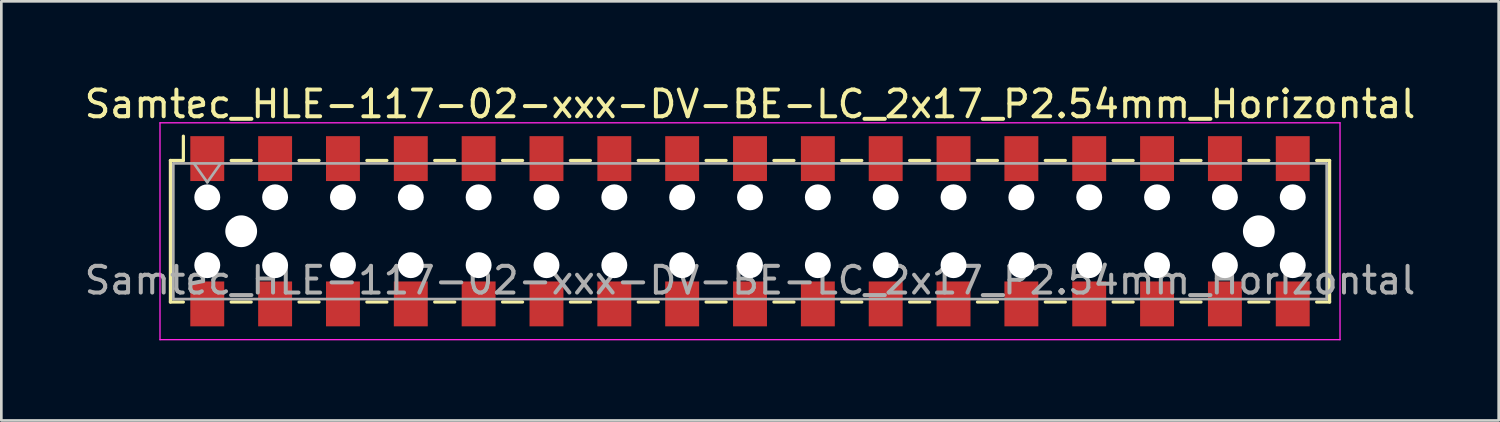
<source format=kicad_pcb>
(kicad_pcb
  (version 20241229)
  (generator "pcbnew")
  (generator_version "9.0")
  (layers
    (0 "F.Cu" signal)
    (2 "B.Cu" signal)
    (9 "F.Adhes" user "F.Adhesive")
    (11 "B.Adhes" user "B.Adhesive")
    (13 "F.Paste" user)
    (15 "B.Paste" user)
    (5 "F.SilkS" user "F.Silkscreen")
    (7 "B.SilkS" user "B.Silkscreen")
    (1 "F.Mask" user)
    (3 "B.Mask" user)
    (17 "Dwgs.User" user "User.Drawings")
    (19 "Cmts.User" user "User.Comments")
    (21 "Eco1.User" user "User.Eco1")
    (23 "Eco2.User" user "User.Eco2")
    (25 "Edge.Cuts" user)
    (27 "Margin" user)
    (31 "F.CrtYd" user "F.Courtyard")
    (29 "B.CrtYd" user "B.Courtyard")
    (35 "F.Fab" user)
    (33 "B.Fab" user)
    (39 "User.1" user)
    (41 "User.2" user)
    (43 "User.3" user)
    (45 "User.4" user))
  (footprint "Samtec_HLE-117-02-xxx-DV-BE-LC_2x17_P2.54mm_Horizontal"
    (layer "F.Cu")
    (at 25.03 5.608)
    (property "Reference" "Samtec_HLE-117-02-xxx-DV-BE-LC_2x17_P2.54mm_Horizontal" (at 0 -4.76 0) (layer "F.SilkS") (effects (font (size 1 1) (thickness 0.15))))
    (attr smd)
    (fp_line (start -21.7 -2.65) (end -21.7 2.65) (stroke (width 0.12) (type solid)) (layer "F.SilkS"))
    (fp_line (start -21.7 2.65) (end -21.215 2.65) (stroke (width 0.12) (type solid)) (layer "F.SilkS"))
    (fp_line (start -21.215 -3.56) (end -21.215 -2.65) (stroke (width 0.12) (type solid)) (layer "F.SilkS"))
    (fp_line (start -21.215 -2.65) (end -21.7 -2.65) (stroke (width 0.12) (type solid)) (layer "F.SilkS"))
    (fp_line (start -19.425 -2.65) (end -18.675 -2.65) (stroke (width 0.12) (type solid)) (layer "F.SilkS"))
    (fp_line (start -19.425 2.65) (end -18.675 2.65) (stroke (width 0.12) (type solid)) (layer "F.SilkS"))
    (fp_line (start -16.885 -2.65) (end -16.135 -2.65) (stroke (width 0.12) (type solid)) (layer "F.SilkS"))
    (fp_line (start -16.885 2.65) (end -16.135 2.65) (stroke (width 0.12) (type solid)) (layer "F.SilkS"))
    (fp_line (start -14.345 -2.65) (end -13.595 -2.65) (stroke (width 0.12) (type solid)) (layer "F.SilkS"))
    (fp_line (start -14.345 2.65) (end -13.595 2.65) (stroke (width 0.12) (type solid)) (layer "F.SilkS"))
    (fp_line (start -11.805 -2.65) (end -11.055 -2.65) (stroke (width 0.12) (type solid)) (layer "F.SilkS"))
    (fp_line (start -11.805 2.65) (end -11.055 2.65) (stroke (width 0.12) (type solid)) (layer "F.SilkS"))
    (fp_line (start -9.265 -2.65) (end -8.515 -2.65) (stroke (width 0.12) (type solid)) (layer "F.SilkS"))
    (fp_line (start -9.265 2.65) (end -8.515 2.65) (stroke (width 0.12) (type solid)) (layer "F.SilkS"))
    (fp_line (start -6.725 -2.65) (end -5.975 -2.65) (stroke (width 0.12) (type solid)) (layer "F.SilkS"))
    (fp_line (start -6.725 2.65) (end -5.975 2.65) (stroke (width 0.12) (type solid)) (layer "F.SilkS"))
    (fp_line (start -4.185 -2.65) (end -3.435 -2.65) (stroke (width 0.12) (type solid)) (layer "F.SilkS"))
    (fp_line (start -4.185 2.65) (end -3.435 2.65) (stroke (width 0.12) (type solid)) (layer "F.SilkS"))
    (fp_line (start -1.645 -2.65) (end -0.895 -2.65) (stroke (width 0.12) (type solid)) (layer "F.SilkS"))
    (fp_line (start -1.645 2.65) (end -0.895 2.65) (stroke (width 0.12) (type solid)) (layer "F.SilkS"))
    (fp_line (start 0.895 -2.65) (end 1.645 -2.65) (stroke (width 0.12) (type solid)) (layer "F.SilkS"))
    (fp_line (start 0.895 2.65) (end 1.645 2.65) (stroke (width 0.12) (type solid)) (layer "F.SilkS"))
    (fp_line (start 3.435 -2.65) (end 4.185 -2.65) (stroke (width 0.12) (type solid)) (layer "F.SilkS"))
    (fp_line (start 3.435 2.65) (end 4.185 2.65) (stroke (width 0.12) (type solid)) (layer "F.SilkS"))
    (fp_line (start 5.975 -2.65) (end 6.725 -2.65) (stroke (width 0.12) (type solid)) (layer "F.SilkS"))
    (fp_line (start 5.975 2.65) (end 6.725 2.65) (stroke (width 0.12) (type solid)) (layer "F.SilkS"))
    (fp_line (start 8.515 -2.65) (end 9.265 -2.65) (stroke (width 0.12) (type solid)) (layer "F.SilkS"))
    (fp_line (start 8.515 2.65) (end 9.265 2.65) (stroke (width 0.12) (type solid)) (layer "F.SilkS"))
    (fp_line (start 11.055 -2.65) (end 11.805 -2.65) (stroke (width 0.12) (type solid)) (layer "F.SilkS"))
    (fp_line (start 11.055 2.65) (end 11.805 2.65) (stroke (width 0.12) (type solid)) (layer "F.SilkS"))
    (fp_line (start 13.595 -2.65) (end 14.345 -2.65) (stroke (width 0.12) (type solid)) (layer "F.SilkS"))
    (fp_line (start 13.595 2.65) (end 14.345 2.65) (stroke (width 0.12) (type solid)) (layer "F.SilkS"))
    (fp_line (start 16.135 -2.65) (end 16.885 -2.65) (stroke (width 0.12) (type solid)) (layer "F.SilkS"))
    (fp_line (start 16.135 2.65) (end 16.885 2.65) (stroke (width 0.12) (type solid)) (layer "F.SilkS"))
    (fp_line (start 18.675 -2.65) (end 19.425 -2.65) (stroke (width 0.12) (type solid)) (layer "F.SilkS"))
    (fp_line (start 18.675 2.65) (end 19.425 2.65) (stroke (width 0.12) (type solid)) (layer "F.SilkS"))
    (fp_line (start 21.215 -2.65) (end 21.7 -2.65) (stroke (width 0.12) (type solid)) (layer "F.SilkS"))
    (fp_line (start 21.7 -2.65) (end 21.7 2.65) (stroke (width 0.12) (type solid)) (layer "F.SilkS"))
    (fp_line (start 21.7 2.65) (end 21.215 2.65) (stroke (width 0.12) (type solid)) (layer "F.SilkS"))
    (fp_line (start -22.09 -4.06) (end 22.09 -4.06) (stroke (width 0.05) (type solid)) (layer "F.CrtYd"))
    (fp_line (start -22.09 4.06) (end -22.09 -4.06) (stroke (width 0.05) (type solid)) (layer "F.CrtYd"))
    (fp_line (start 22.09 -4.06) (end 22.09 4.06) (stroke (width 0.05) (type solid)) (layer "F.CrtYd"))
    (fp_line (start 22.09 4.06) (end -22.09 4.06) (stroke (width 0.05) (type solid)) (layer "F.CrtYd"))
    (fp_line (start -21.59 -2.54) (end 21.59 -2.54) (stroke (width 0.1) (type solid)) (layer "F.Fab"))
    (fp_line (start -21.59 2.54) (end -21.59 -2.54) (stroke (width 0.1) (type solid)) (layer "F.Fab"))
    (fp_line (start -20.82 -2.54) (end -20.32 -1.833) (stroke (width 0.1) (type solid)) (layer "F.Fab"))
    (fp_line (start -20.32 -1.833) (end -19.82 -2.54) (stroke (width 0.1) (type solid)) (layer "F.Fab"))
    (fp_line (start 21.59 -2.54) (end 21.59 2.54) (stroke (width 0.1) (type solid)) (layer "F.Fab"))
    (fp_line (start 21.59 2.54) (end -21.59 2.54) (stroke (width 0.1) (type solid)) (layer "F.Fab"))
    (fp_text user "${REFERENCE}" (at 0 1.84 0) (layer "F.Fab") (effects (font (size 1 1) (thickness 0.15))))
    (pad "" np_thru_hole circle (at -20.32 -1.27) (size 0.97 0.97) (drill 0.97) (layers "*.Cu" "*.Mask"))
    (pad "" np_thru_hole circle (at -20.32 1.27) (size 0.97 0.97) (drill 0.97) (layers "*.Cu" "*.Mask"))
    (pad "" np_thru_hole circle (at -19.05 0) (size 1.19 1.19) (drill 1.19) (layers "*.Cu" "*.Mask"))
    (pad "" np_thru_hole circle (at -17.78 -1.27) (size 0.97 0.97) (drill 0.97) (layers "*.Cu" "*.Mask"))
    (pad "" np_thru_hole circle (at -17.78 1.27) (size 0.97 0.97) (drill 0.97) (layers "*.Cu" "*.Mask"))
    (pad "" np_thru_hole circle (at -15.24 -1.27) (size 0.97 0.97) (drill 0.97) (layers "*.Cu" "*.Mask"))
    (pad "" np_thru_hole circle (at -15.24 1.27) (size 0.97 0.97) (drill 0.97) (layers "*.Cu" "*.Mask"))
    (pad "" np_thru_hole circle (at -12.7 -1.27) (size 0.97 0.97) (drill 0.97) (layers "*.Cu" "*.Mask"))
    (pad "" np_thru_hole circle (at -12.7 1.27) (size 0.97 0.97) (drill 0.97) (layers "*.Cu" "*.Mask"))
    (pad "" np_thru_hole circle (at -10.16 -1.27) (size 0.97 0.97) (drill 0.97) (layers "*.Cu" "*.Mask"))
    (pad "" np_thru_hole circle (at -10.16 1.27) (size 0.97 0.97) (drill 0.97) (layers "*.Cu" "*.Mask"))
    (pad "" np_thru_hole circle (at -7.62 -1.27) (size 0.97 0.97) (drill 0.97) (layers "*.Cu" "*.Mask"))
    (pad "" np_thru_hole circle (at -7.62 1.27) (size 0.97 0.97) (drill 0.97) (layers "*.Cu" "*.Mask"))
    (pad "" np_thru_hole circle (at -5.08 -1.27) (size 0.97 0.97) (drill 0.97) (layers "*.Cu" "*.Mask"))
    (pad "" np_thru_hole circle (at -5.08 1.27) (size 0.97 0.97) (drill 0.97) (layers "*.Cu" "*.Mask"))
    (pad "" np_thru_hole circle (at -2.54 -1.27) (size 0.97 0.97) (drill 0.97) (layers "*.Cu" "*.Mask"))
    (pad "" np_thru_hole circle (at -2.54 1.27) (size 0.97 0.97) (drill 0.97) (layers "*.Cu" "*.Mask"))
    (pad "" np_thru_hole circle (at 0 -1.27) (size 0.97 0.97) (drill 0.97) (layers "*.Cu" "*.Mask"))
    (pad "" np_thru_hole circle (at 0 1.27) (size 0.97 0.97) (drill 0.97) (layers "*.Cu" "*.Mask"))
    (pad "" np_thru_hole circle (at 2.54 -1.27) (size 0.97 0.97) (drill 0.97) (layers "*.Cu" "*.Mask"))
    (pad "" np_thru_hole circle (at 2.54 1.27) (size 0.97 0.97) (drill 0.97) (layers "*.Cu" "*.Mask"))
    (pad "" np_thru_hole circle (at 5.08 -1.27) (size 0.97 0.97) (drill 0.97) (layers "*.Cu" "*.Mask"))
    (pad "" np_thru_hole circle (at 5.08 1.27) (size 0.97 0.97) (drill 0.97) (layers "*.Cu" "*.Mask"))
    (pad "" np_thru_hole circle (at 7.62 -1.27) (size 0.97 0.97) (drill 0.97) (layers "*.Cu" "*.Mask"))
    (pad "" np_thru_hole circle (at 7.62 1.27) (size 0.97 0.97) (drill 0.97) (layers "*.Cu" "*.Mask"))
    (pad "" np_thru_hole circle (at 10.16 -1.27) (size 0.97 0.97) (drill 0.97) (layers "*.Cu" "*.Mask"))
    (pad "" np_thru_hole circle (at 10.16 1.27) (size 0.97 0.97) (drill 0.97) (layers "*.Cu" "*.Mask"))
    (pad "" np_thru_hole circle (at 12.7 -1.27) (size 0.97 0.97) (drill 0.97) (layers "*.Cu" "*.Mask"))
    (pad "" np_thru_hole circle (at 12.7 1.27) (size 0.97 0.97) (drill 0.97) (layers "*.Cu" "*.Mask"))
    (pad "" np_thru_hole circle (at 15.24 -1.27) (size 0.97 0.97) (drill 0.97) (layers "*.Cu" "*.Mask"))
    (pad "" np_thru_hole circle (at 15.24 1.27) (size 0.97 0.97) (drill 0.97) (layers "*.Cu" "*.Mask"))
    (pad "" np_thru_hole circle (at 17.78 -1.27) (size 0.97 0.97) (drill 0.97) (layers "*.Cu" "*.Mask"))
    (pad "" np_thru_hole circle (at 17.78 1.27) (size 0.97 0.97) (drill 0.97) (layers "*.Cu" "*.Mask"))
    (pad "" np_thru_hole circle (at 19.05 0) (size 1.19 1.19) (drill 1.19) (layers "*.Cu" "*.Mask"))
    (pad "" np_thru_hole circle (at 20.32 -1.27) (size 0.97 0.97) (drill 0.97) (layers "*.Cu" "*.Mask"))
    (pad "" np_thru_hole circle (at 20.32 1.27) (size 0.97 0.97) (drill 0.97) (layers "*.Cu" "*.Mask"))
    (pad "1" smd rect (at -20.32 -2.72) (size 1.27 1.68) (layers "F.Cu" "F.Mask" "F.Paste"))
    (pad "2" smd rect (at -20.32 2.72) (size 1.27 1.68) (layers "F.Cu" "F.Mask" "F.Paste"))
    (pad "3" smd rect (at -17.78 -2.72) (size 1.27 1.68) (layers "F.Cu" "F.Mask" "F.Paste"))
    (pad "4" smd rect (at -17.78 2.72) (size 1.27 1.68) (layers "F.Cu" "F.Mask" "F.Paste"))
    (pad "5" smd rect (at -15.24 -2.72) (size 1.27 1.68) (layers "F.Cu" "F.Mask" "F.Paste"))
    (pad "6" smd rect (at -15.24 2.72) (size 1.27 1.68) (layers "F.Cu" "F.Mask" "F.Paste"))
    (pad "7" smd rect (at -12.7 -2.72) (size 1.27 1.68) (layers "F.Cu" "F.Mask" "F.Paste"))
    (pad "8" smd rect (at -12.7 2.72) (size 1.27 1.68) (layers "F.Cu" "F.Mask" "F.Paste"))
    (pad "9" smd rect (at -10.16 -2.72) (size 1.27 1.68) (layers "F.Cu" "F.Mask" "F.Paste"))
    (pad "10" smd rect (at -10.16 2.72) (size 1.27 1.68) (layers "F.Cu" "F.Mask" "F.Paste"))
    (pad "11" smd rect (at -7.62 -2.72) (size 1.27 1.68) (layers "F.Cu" "F.Mask" "F.Paste"))
    (pad "12" smd rect (at -7.62 2.72) (size 1.27 1.68) (layers "F.Cu" "F.Mask" "F.Paste"))
    (pad "13" smd rect (at -5.08 -2.72) (size 1.27 1.68) (layers "F.Cu" "F.Mask" "F.Paste"))
    (pad "14" smd rect (at -5.08 2.72) (size 1.27 1.68) (layers "F.Cu" "F.Mask" "F.Paste"))
    (pad "15" smd rect (at -2.54 -2.72) (size 1.27 1.68) (layers "F.Cu" "F.Mask" "F.Paste"))
    (pad "16" smd rect (at -2.54 2.72) (size 1.27 1.68) (layers "F.Cu" "F.Mask" "F.Paste"))
    (pad "17" smd rect (at 0 -2.72) (size 1.27 1.68) (layers "F.Cu" "F.Mask" "F.Paste"))
    (pad "18" smd rect (at 0 2.72) (size 1.27 1.68) (layers "F.Cu" "F.Mask" "F.Paste"))
    (pad "19" smd rect (at 2.54 -2.72) (size 1.27 1.68) (layers "F.Cu" "F.Mask" "F.Paste"))
    (pad "20" smd rect (at 2.54 2.72) (size 1.27 1.68) (layers "F.Cu" "F.Mask" "F.Paste"))
    (pad "21" smd rect (at 5.08 -2.72) (size 1.27 1.68) (layers "F.Cu" "F.Mask" "F.Paste"))
    (pad "22" smd rect (at 5.08 2.72) (size 1.27 1.68) (layers "F.Cu" "F.Mask" "F.Paste"))
    (pad "23" smd rect (at 7.62 -2.72) (size 1.27 1.68) (layers "F.Cu" "F.Mask" "F.Paste"))
    (pad "24" smd rect (at 7.62 2.72) (size 1.27 1.68) (layers "F.Cu" "F.Mask" "F.Paste"))
    (pad "25" smd rect (at 10.16 -2.72) (size 1.27 1.68) (layers "F.Cu" "F.Mask" "F.Paste"))
    (pad "26" smd rect (at 10.16 2.72) (size 1.27 1.68) (layers "F.Cu" "F.Mask" "F.Paste"))
    (pad "27" smd rect (at 12.7 -2.72) (size 1.27 1.68) (layers "F.Cu" "F.Mask" "F.Paste"))
    (pad "28" smd rect (at 12.7 2.72) (size 1.27 1.68) (layers "F.Cu" "F.Mask" "F.Paste"))
    (pad "29" smd rect (at 15.24 -2.72) (size 1.27 1.68) (layers "F.Cu" "F.Mask" "F.Paste"))
    (pad "30" smd rect (at 15.24 2.72) (size 1.27 1.68) (layers "F.Cu" "F.Mask" "F.Paste"))
    (pad "31" smd rect (at 17.78 -2.72) (size 1.27 1.68) (layers "F.Cu" "F.Mask" "F.Paste"))
    (pad "32" smd rect (at 17.78 2.72) (size 1.27 1.68) (layers "F.Cu" "F.Mask" "F.Paste"))
    (pad "33" smd rect (at 20.32 -2.72) (size 1.27 1.68) (layers "F.Cu" "F.Mask" "F.Paste"))
    (pad "34" smd rect (at 20.32 2.72) (size 1.27 1.68) (layers "F.Cu" "F.Mask" "F.Paste")))
  (gr_rect
    (start -3 -3)
    (end 53.06 12.693)
    (stroke (width 0.1) (type default))
    (fill no)
    (layer "Edge.Cuts")))
</source>
